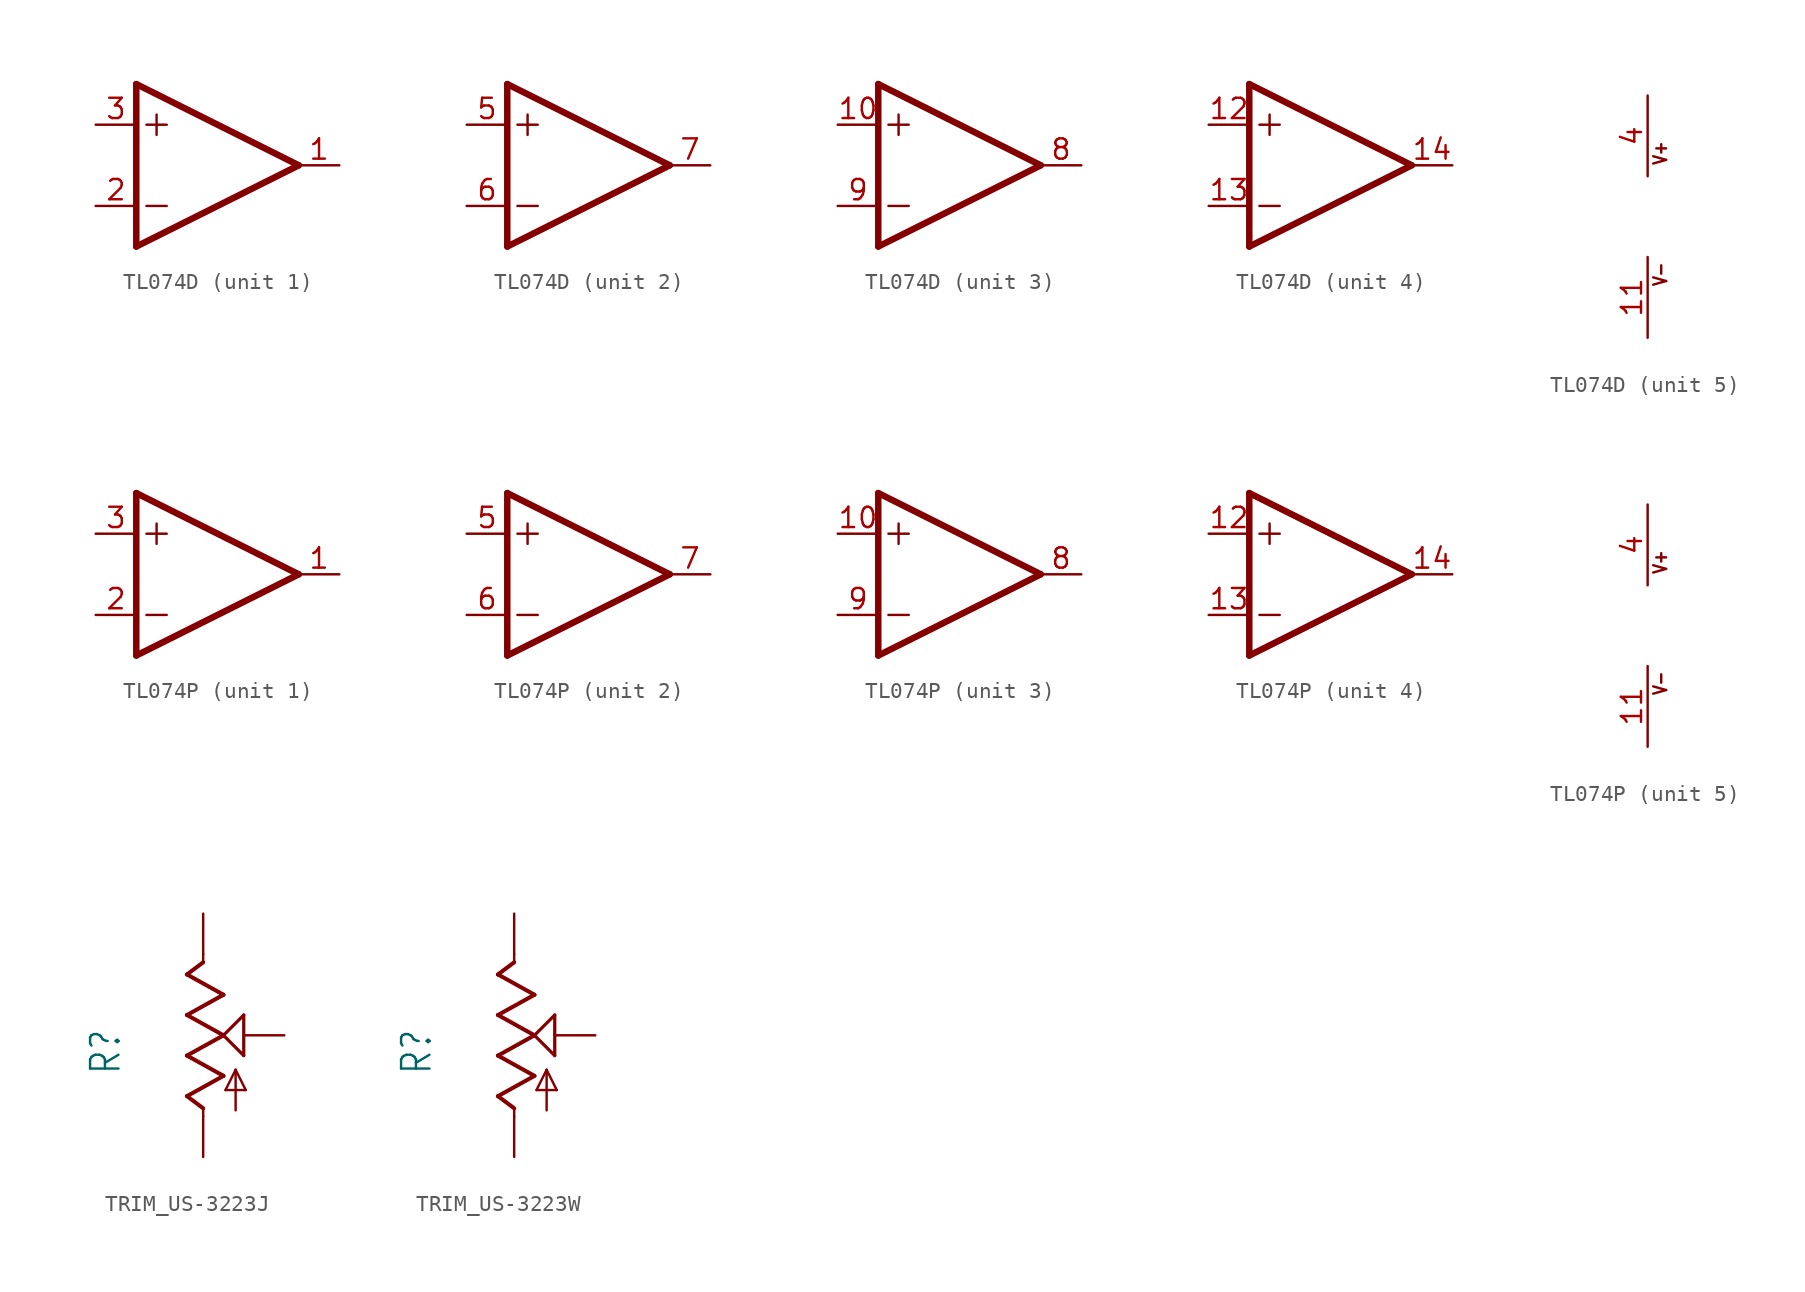
<source format=kicad_sym>
(kicad_symbol_lib
  (version 20231120)
  (generator "kicad_symbol_editor")
  (generator_version "8.0")
  (symbol "TL074D"
    (property "Reference" "IC"
      (at 2.54 3.175 0)
      (effects (font (size 1.778 1.511)) (justify left bottom) (hide yes)))
    (property "ki_locked" ""
      (at 0 0 0)
      (effects (font (size 1.27 1.27))))
    (symbol "TL074D_1_0"
      (polyline (pts (xy -5.08 -5.08) (xy 5.08 0)) (stroke (width 0.406) (type solid)) (fill (type none)))
      (polyline (pts (xy -5.08 5.08) (xy -5.08 -5.08)) (stroke (width 0.406) (type solid)) (fill (type none)))
      (polyline (pts (xy -4.445 -2.54) (xy -3.175 -2.54)) (stroke (width 0.152) (type solid)) (fill (type none)))
      (polyline (pts (xy -4.445 2.54) (xy -3.175 2.54)) (stroke (width 0.152) (type solid)) (fill (type none)))
      (polyline (pts (xy -3.81 3.175) (xy -3.81 1.905)) (stroke (width 0.152) (type solid)) (fill (type none)))
      (polyline (pts (xy 5.08 0) (xy -5.08 5.08)) (stroke (width 0.406) (type solid)) (fill (type none)))
      (pin output line (at 7.62 0 180) (length 2.54) (name "OUT" (effects (font (size 0 0)))) (number "1" (effects (font (size 1.27 1.27)))))
      (pin input line (at -7.62 -2.54 0) (length 2.54) (name "-IN" (effects (font (size 0 0)))) (number "2" (effects (font (size 1.27 1.27)))))
      (pin input line (at -7.62 2.54 0) (length 2.54) (name "+IN" (effects (font (size 0 0)))) (number "3" (effects (font (size 1.27 1.27))))))
    (symbol "TL074D_2_0"
      (polyline (pts (xy -5.08 -5.08) (xy 5.08 0)) (stroke (width 0.406) (type solid)) (fill (type none)))
      (polyline (pts (xy -5.08 5.08) (xy -5.08 -5.08)) (stroke (width 0.406) (type solid)) (fill (type none)))
      (polyline (pts (xy -4.445 -2.54) (xy -3.175 -2.54)) (stroke (width 0.152) (type solid)) (fill (type none)))
      (polyline (pts (xy -4.445 2.54) (xy -3.175 2.54)) (stroke (width 0.152) (type solid)) (fill (type none)))
      (polyline (pts (xy -3.81 3.175) (xy -3.81 1.905)) (stroke (width 0.152) (type solid)) (fill (type none)))
      (polyline (pts (xy 5.08 0) (xy -5.08 5.08)) (stroke (width 0.406) (type solid)) (fill (type none)))
      (pin input line (at -7.62 2.54 0) (length 2.54) (name "+IN" (effects (font (size 0 0)))) (number "5" (effects (font (size 1.27 1.27)))))
      (pin input line (at -7.62 -2.54 0) (length 2.54) (name "-IN" (effects (font (size 0 0)))) (number "6" (effects (font (size 1.27 1.27)))))
      (pin output line (at 7.62 0 180) (length 2.54) (name "OUT" (effects (font (size 0 0)))) (number "7" (effects (font (size 1.27 1.27))))))
    (symbol "TL074D_3_0"
      (polyline (pts (xy -5.08 -5.08) (xy 5.08 0)) (stroke (width 0.406) (type solid)) (fill (type none)))
      (polyline (pts (xy -5.08 5.08) (xy -5.08 -5.08)) (stroke (width 0.406) (type solid)) (fill (type none)))
      (polyline (pts (xy -4.445 -2.54) (xy -3.175 -2.54)) (stroke (width 0.152) (type solid)) (fill (type none)))
      (polyline (pts (xy -4.445 2.54) (xy -3.175 2.54)) (stroke (width 0.152) (type solid)) (fill (type none)))
      (polyline (pts (xy -3.81 3.175) (xy -3.81 1.905)) (stroke (width 0.152) (type solid)) (fill (type none)))
      (polyline (pts (xy 5.08 0) (xy -5.08 5.08)) (stroke (width 0.406) (type solid)) (fill (type none)))
      (pin input line (at -7.62 2.54 0) (length 2.54) (name "+IN" (effects (font (size 0 0)))) (number "10" (effects (font (size 1.27 1.27)))))
      (pin output line (at 7.62 0 180) (length 2.54) (name "OUT" (effects (font (size 0 0)))) (number "8" (effects (font (size 1.27 1.27)))))
      (pin input line (at -7.62 -2.54 0) (length 2.54) (name "-IN" (effects (font (size 0 0)))) (number "9" (effects (font (size 1.27 1.27))))))
    (symbol "TL074D_4_0"
      (polyline (pts (xy -5.08 -5.08) (xy 5.08 0)) (stroke (width 0.406) (type solid)) (fill (type none)))
      (polyline (pts (xy -5.08 5.08) (xy -5.08 -5.08)) (stroke (width 0.406) (type solid)) (fill (type none)))
      (polyline (pts (xy -4.445 -2.54) (xy -3.175 -2.54)) (stroke (width 0.152) (type solid)) (fill (type none)))
      (polyline (pts (xy -4.445 2.54) (xy -3.175 2.54)) (stroke (width 0.152) (type solid)) (fill (type none)))
      (polyline (pts (xy -3.81 3.175) (xy -3.81 1.905)) (stroke (width 0.152) (type solid)) (fill (type none)))
      (polyline (pts (xy 5.08 0) (xy -5.08 5.08)) (stroke (width 0.406) (type solid)) (fill (type none)))
      (pin input line (at -7.62 2.54 0) (length 2.54) (name "+IN" (effects (font (size 0 0)))) (number "12" (effects (font (size 1.27 1.27)))))
      (pin input line (at -7.62 -2.54 0) (length 2.54) (name "-IN" (effects (font (size 0 0)))) (number "13" (effects (font (size 1.27 1.27)))))
      (pin output line (at 7.62 0 180) (length 2.54) (name "OUT" (effects (font (size 0 0)))) (number "14" (effects (font (size 1.27 1.27))))))
    (symbol "TL074D_5_0"
      (text "V+" (at 1.27 3.175 900) (effects (font (size 0.813 0.691)) (justify left bottom)))
      (text "V-" (at 1.27 -4.445 900) (effects (font (size 0.813 0.691)) (justify left bottom)))
      (pin power_in line (at 0 -7.62 90) (length 5.08) (name "V-" (effects (font (size 0 0)))) (number "11" (effects (font (size 1.27 1.27)))))
      (pin power_in line (at 0 7.62 270) (length 5.08) (name "V+" (effects (font (size 0 0)))) (number "4" (effects (font (size 1.27 1.27)))))))
  (symbol "TL074P"
    (property "Reference" "IC"
      (at 2.54 3.175 0)
      (effects (font (size 1.778 1.511)) (justify left bottom) (hide yes)))
    (property "ki_locked" ""
      (at 0 0 0)
      (effects (font (size 1.27 1.27))))
    (symbol "TL074P_1_0"
      (polyline (pts (xy -5.08 -5.08) (xy 5.08 0)) (stroke (width 0.406) (type solid)) (fill (type none)))
      (polyline (pts (xy -5.08 5.08) (xy -5.08 -5.08)) (stroke (width 0.406) (type solid)) (fill (type none)))
      (polyline (pts (xy -4.445 -2.54) (xy -3.175 -2.54)) (stroke (width 0.152) (type solid)) (fill (type none)))
      (polyline (pts (xy -4.445 2.54) (xy -3.175 2.54)) (stroke (width 0.152) (type solid)) (fill (type none)))
      (polyline (pts (xy -3.81 3.175) (xy -3.81 1.905)) (stroke (width 0.152) (type solid)) (fill (type none)))
      (polyline (pts (xy 5.08 0) (xy -5.08 5.08)) (stroke (width 0.406) (type solid)) (fill (type none)))
      (pin output line (at 7.62 0 180) (length 2.54) (name "OUT" (effects (font (size 0 0)))) (number "1" (effects (font (size 1.27 1.27)))))
      (pin input line (at -7.62 -2.54 0) (length 2.54) (name "-IN" (effects (font (size 0 0)))) (number "2" (effects (font (size 1.27 1.27)))))
      (pin input line (at -7.62 2.54 0) (length 2.54) (name "+IN" (effects (font (size 0 0)))) (number "3" (effects (font (size 1.27 1.27))))))
    (symbol "TL074P_2_0"
      (polyline (pts (xy -5.08 -5.08) (xy 5.08 0)) (stroke (width 0.406) (type solid)) (fill (type none)))
      (polyline (pts (xy -5.08 5.08) (xy -5.08 -5.08)) (stroke (width 0.406) (type solid)) (fill (type none)))
      (polyline (pts (xy -4.445 -2.54) (xy -3.175 -2.54)) (stroke (width 0.152) (type solid)) (fill (type none)))
      (polyline (pts (xy -4.445 2.54) (xy -3.175 2.54)) (stroke (width 0.152) (type solid)) (fill (type none)))
      (polyline (pts (xy -3.81 3.175) (xy -3.81 1.905)) (stroke (width 0.152) (type solid)) (fill (type none)))
      (polyline (pts (xy 5.08 0) (xy -5.08 5.08)) (stroke (width 0.406) (type solid)) (fill (type none)))
      (pin input line (at -7.62 2.54 0) (length 2.54) (name "+IN" (effects (font (size 0 0)))) (number "5" (effects (font (size 1.27 1.27)))))
      (pin input line (at -7.62 -2.54 0) (length 2.54) (name "-IN" (effects (font (size 0 0)))) (number "6" (effects (font (size 1.27 1.27)))))
      (pin output line (at 7.62 0 180) (length 2.54) (name "OUT" (effects (font (size 0 0)))) (number "7" (effects (font (size 1.27 1.27))))))
    (symbol "TL074P_3_0"
      (polyline (pts (xy -5.08 -5.08) (xy 5.08 0)) (stroke (width 0.406) (type solid)) (fill (type none)))
      (polyline (pts (xy -5.08 5.08) (xy -5.08 -5.08)) (stroke (width 0.406) (type solid)) (fill (type none)))
      (polyline (pts (xy -4.445 -2.54) (xy -3.175 -2.54)) (stroke (width 0.152) (type solid)) (fill (type none)))
      (polyline (pts (xy -4.445 2.54) (xy -3.175 2.54)) (stroke (width 0.152) (type solid)) (fill (type none)))
      (polyline (pts (xy -3.81 3.175) (xy -3.81 1.905)) (stroke (width 0.152) (type solid)) (fill (type none)))
      (polyline (pts (xy 5.08 0) (xy -5.08 5.08)) (stroke (width 0.406) (type solid)) (fill (type none)))
      (pin input line (at -7.62 2.54 0) (length 2.54) (name "+IN" (effects (font (size 0 0)))) (number "10" (effects (font (size 1.27 1.27)))))
      (pin output line (at 7.62 0 180) (length 2.54) (name "OUT" (effects (font (size 0 0)))) (number "8" (effects (font (size 1.27 1.27)))))
      (pin input line (at -7.62 -2.54 0) (length 2.54) (name "-IN" (effects (font (size 0 0)))) (number "9" (effects (font (size 1.27 1.27))))))
    (symbol "TL074P_4_0"
      (polyline (pts (xy -5.08 -5.08) (xy 5.08 0)) (stroke (width 0.406) (type solid)) (fill (type none)))
      (polyline (pts (xy -5.08 5.08) (xy -5.08 -5.08)) (stroke (width 0.406) (type solid)) (fill (type none)))
      (polyline (pts (xy -4.445 -2.54) (xy -3.175 -2.54)) (stroke (width 0.152) (type solid)) (fill (type none)))
      (polyline (pts (xy -4.445 2.54) (xy -3.175 2.54)) (stroke (width 0.152) (type solid)) (fill (type none)))
      (polyline (pts (xy -3.81 3.175) (xy -3.81 1.905)) (stroke (width 0.152) (type solid)) (fill (type none)))
      (polyline (pts (xy 5.08 0) (xy -5.08 5.08)) (stroke (width 0.406) (type solid)) (fill (type none)))
      (pin input line (at -7.62 2.54 0) (length 2.54) (name "+IN" (effects (font (size 0 0)))) (number "12" (effects (font (size 1.27 1.27)))))
      (pin input line (at -7.62 -2.54 0) (length 2.54) (name "-IN" (effects (font (size 0 0)))) (number "13" (effects (font (size 1.27 1.27)))))
      (pin output line (at 7.62 0 180) (length 2.54) (name "OUT" (effects (font (size 0 0)))) (number "14" (effects (font (size 1.27 1.27))))))
    (symbol "TL074P_5_0"
      (text "V+" (at 1.27 3.175 900) (effects (font (size 0.813 0.691)) (justify left bottom)))
      (text "V-" (at 1.27 -4.445 900) (effects (font (size 0.813 0.691)) (justify left bottom)))
      (pin power_in line (at 0 -7.62 90) (length 5.08) (name "V-" (effects (font (size 0 0)))) (number "11" (effects (font (size 1.27 1.27)))))
      (pin power_in line (at 0 7.62 270) (length 5.08) (name "V+" (effects (font (size 0 0)))) (number "4" (effects (font (size 1.27 1.27)))))))
  (symbol "TRIM_US-3223J"
    (property "Reference" "R"
      (at -5.08 -2.54 90)
      (effects (font (size 1.778 1.511)) (justify left bottom)))
    (property "Value" ""
      (at -2.54 -2.54 90)
      (effects (font (size 1.778 1.511)) (justify left bottom)))
    (property "ki_locked" ""
      (at 0 0 0)
      (effects (font (size 1.27 1.27))))
    (symbol "TRIM_US-3223J_1_0"
      (polyline (pts (xy -1.016 -3.81) (xy 1.27 -2.54)) (stroke (width 0.254) (type solid)) (fill (type none)))
      (polyline (pts (xy -1.016 -1.27) (xy 1.27 0)) (stroke (width 0.254) (type solid)) (fill (type none)))
      (polyline (pts (xy -1.016 1.27) (xy 1.27 2.54)) (stroke (width 0.254) (type solid)) (fill (type none)))
      (polyline (pts (xy -1.016 3.81) (xy 0 4.572)) (stroke (width 0.254) (type solid)) (fill (type none)))
      (polyline (pts (xy 0 -5.08) (xy 0 -4.572)) (stroke (width 0.152) (type solid)) (fill (type none)))
      (polyline (pts (xy 0 -4.572) (xy -1.016 -3.81)) (stroke (width 0.254) (type solid)) (fill (type none)))
      (polyline (pts (xy 0 4.572) (xy 0 5.08)) (stroke (width 0.152) (type solid)) (fill (type none)))
      (polyline (pts (xy 1.27 -2.54) (xy -1.016 -1.27)) (stroke (width 0.254) (type solid)) (fill (type none)))
      (polyline (pts (xy 1.27 0) (xy -1.016 1.27)) (stroke (width 0.254) (type solid)) (fill (type none)))
      (polyline (pts (xy 1.27 0) (xy 2.54 1.27)) (stroke (width 0.203) (type solid)) (fill (type none)))
      (polyline (pts (xy 1.27 2.54) (xy -1.016 3.81)) (stroke (width 0.254) (type solid)) (fill (type none)))
      (polyline (pts (xy 1.397 -3.429) (xy 2.032 -2.159)) (stroke (width 0.152) (type solid)) (fill (type none)))
      (polyline (pts (xy 2.032 -4.699) (xy 2.032 -2.159)) (stroke (width 0.152) (type solid)) (fill (type none)))
      (polyline (pts (xy 2.032 -2.159) (xy 2.667 -3.429)) (stroke (width 0.152) (type solid)) (fill (type none)))
      (polyline (pts (xy 2.54 -1.27) (xy 1.27 0)) (stroke (width 0.203) (type solid)) (fill (type none)))
      (polyline (pts (xy 2.54 1.27) (xy 2.54 -1.27)) (stroke (width 0.203) (type solid)) (fill (type none)))
      (polyline (pts (xy 2.667 -3.429) (xy 1.397 -3.429)) (stroke (width 0.152) (type solid)) (fill (type none)))
      (pin passive line (at 0 -7.62 90) (length 2.54) (name "A" (effects (font (size 0 0)))) (number "1" (effects (font (size 0 0)))))
      (pin passive line (at 5.08 0 180) (length 2.54) (name "S" (effects (font (size 0 0)))) (number "2" (effects (font (size 0 0)))))
      (pin passive line (at 0 7.62 270) (length 2.54) (name "E" (effects (font (size 0 0)))) (number "3" (effects (font (size 0 0)))))))
  (symbol "TRIM_US-3223W"
    (property "Reference" "R"
      (at -5.08 -2.54 90)
      (effects (font (size 1.778 1.511)) (justify left bottom)))
    (property "Value" ""
      (at -2.54 -2.54 90)
      (effects (font (size 1.778 1.511)) (justify left bottom)))
    (property "ki_locked" ""
      (at 0 0 0)
      (effects (font (size 1.27 1.27))))
    (symbol "TRIM_US-3223W_1_0"
      (polyline (pts (xy -1.016 -3.81) (xy 1.27 -2.54)) (stroke (width 0.254) (type solid)) (fill (type none)))
      (polyline (pts (xy -1.016 -1.27) (xy 1.27 0)) (stroke (width 0.254) (type solid)) (fill (type none)))
      (polyline (pts (xy -1.016 1.27) (xy 1.27 2.54)) (stroke (width 0.254) (type solid)) (fill (type none)))
      (polyline (pts (xy -1.016 3.81) (xy 0 4.572)) (stroke (width 0.254) (type solid)) (fill (type none)))
      (polyline (pts (xy 0 -5.08) (xy 0 -4.572)) (stroke (width 0.152) (type solid)) (fill (type none)))
      (polyline (pts (xy 0 -4.572) (xy -1.016 -3.81)) (stroke (width 0.254) (type solid)) (fill (type none)))
      (polyline (pts (xy 0 4.572) (xy 0 5.08)) (stroke (width 0.152) (type solid)) (fill (type none)))
      (polyline (pts (xy 1.27 -2.54) (xy -1.016 -1.27)) (stroke (width 0.254) (type solid)) (fill (type none)))
      (polyline (pts (xy 1.27 0) (xy -1.016 1.27)) (stroke (width 0.254) (type solid)) (fill (type none)))
      (polyline (pts (xy 1.27 0) (xy 2.54 1.27)) (stroke (width 0.203) (type solid)) (fill (type none)))
      (polyline (pts (xy 1.27 2.54) (xy -1.016 3.81)) (stroke (width 0.254) (type solid)) (fill (type none)))
      (polyline (pts (xy 1.397 -3.429) (xy 2.032 -2.159)) (stroke (width 0.152) (type solid)) (fill (type none)))
      (polyline (pts (xy 2.032 -4.699) (xy 2.032 -2.159)) (stroke (width 0.152) (type solid)) (fill (type none)))
      (polyline (pts (xy 2.032 -2.159) (xy 2.667 -3.429)) (stroke (width 0.152) (type solid)) (fill (type none)))
      (polyline (pts (xy 2.54 -1.27) (xy 1.27 0)) (stroke (width 0.203) (type solid)) (fill (type none)))
      (polyline (pts (xy 2.54 1.27) (xy 2.54 -1.27)) (stroke (width 0.203) (type solid)) (fill (type none)))
      (polyline (pts (xy 2.667 -3.429) (xy 1.397 -3.429)) (stroke (width 0.152) (type solid)) (fill (type none)))
      (pin passive line (at 0 -7.62 90) (length 2.54) (name "A" (effects (font (size 0 0)))) (number "1" (effects (font (size 0 0)))))
      (pin passive line (at 5.08 0 180) (length 2.54) (name "S" (effects (font (size 0 0)))) (number "2" (effects (font (size 0 0)))))
      (pin passive line (at 0 7.62 270) (length 2.54) (name "E" (effects (font (size 0 0)))) (number "3" (effects (font (size 0 0))))))))
</source>
